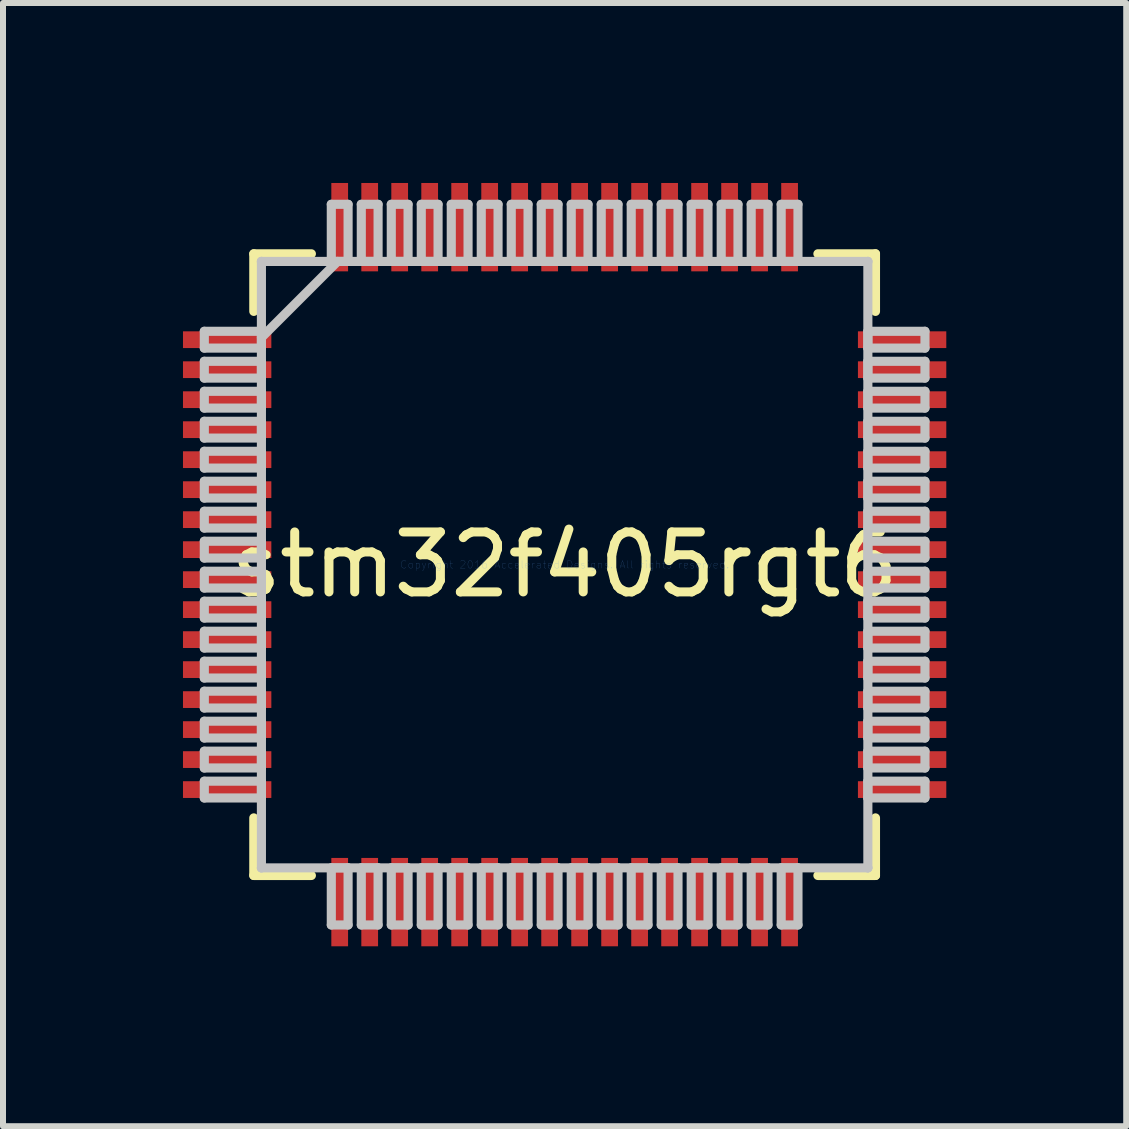
<source format=kicad_pcb>
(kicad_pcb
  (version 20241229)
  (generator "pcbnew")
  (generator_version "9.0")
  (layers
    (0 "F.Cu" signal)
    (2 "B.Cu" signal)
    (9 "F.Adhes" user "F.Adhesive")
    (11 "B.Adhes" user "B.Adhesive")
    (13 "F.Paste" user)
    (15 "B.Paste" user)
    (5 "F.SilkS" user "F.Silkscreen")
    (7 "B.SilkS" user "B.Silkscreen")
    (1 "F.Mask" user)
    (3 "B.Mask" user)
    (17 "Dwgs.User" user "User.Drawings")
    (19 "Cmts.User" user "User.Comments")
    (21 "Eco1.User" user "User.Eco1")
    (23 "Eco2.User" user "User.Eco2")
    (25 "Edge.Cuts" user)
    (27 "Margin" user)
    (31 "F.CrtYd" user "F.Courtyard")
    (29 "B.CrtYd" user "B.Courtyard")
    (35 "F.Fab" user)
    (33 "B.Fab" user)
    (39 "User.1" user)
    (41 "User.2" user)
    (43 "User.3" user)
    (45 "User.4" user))
  (footprint "stm32f405rgt6"
    (layer "F.Cu")
    (at 6.363 6.363)
    (property "Reference" "stm32f405rgt6" (at 0 0 0) (layer "F.SilkS") (effects (font (size 1 1) (thickness 0.15))))
    (attr through_hole)
    (fp_line (start -5.182 -5.182) (end -5.182 -4.222) (stroke (width 0.152) (type solid)) (layer "F.SilkS"))
    (fp_line (start -5.182 4.222) (end -5.182 5.182) (stroke (width 0.152) (type solid)) (layer "F.SilkS"))
    (fp_line (start -5.182 5.182) (end -4.222 5.182) (stroke (width 0.152) (type solid)) (layer "F.SilkS"))
    (fp_line (start -4.222 -5.182) (end -5.182 -5.182) (stroke (width 0.152) (type solid)) (layer "F.SilkS"))
    (fp_line (start 4.222 5.182) (end 5.182 5.182) (stroke (width 0.152) (type solid)) (layer "F.SilkS"))
    (fp_line (start 5.182 -5.182) (end 4.222 -5.182) (stroke (width 0.152) (type solid)) (layer "F.SilkS"))
    (fp_line (start 5.182 -4.222) (end 5.182 -5.182) (stroke (width 0.152) (type solid)) (layer "F.SilkS"))
    (fp_line (start 5.182 5.182) (end 5.182 4.222) (stroke (width 0.152) (type solid)) (layer "F.SilkS"))
    (fp_line (start -6.007 -3.89) (end -6.007 -3.61) (stroke (width 0.152) (type solid)) (layer "Dwgs.User"))
    (fp_line (start -6.007 -3.61) (end -5.055 -3.61) (stroke (width 0.152) (type solid)) (layer "Dwgs.User"))
    (fp_line (start -6.007 -3.39) (end -6.007 -3.11) (stroke (width 0.152) (type solid)) (layer "Dwgs.User"))
    (fp_line (start -6.007 -3.11) (end -5.055 -3.11) (stroke (width 0.152) (type solid)) (layer "Dwgs.User"))
    (fp_line (start -6.007 -2.89) (end -6.007 -2.61) (stroke (width 0.152) (type solid)) (layer "Dwgs.User"))
    (fp_line (start -6.007 -2.61) (end -5.055 -2.61) (stroke (width 0.152) (type solid)) (layer "Dwgs.User"))
    (fp_line (start -6.007 -2.39) (end -6.007 -2.11) (stroke (width 0.152) (type solid)) (layer "Dwgs.User"))
    (fp_line (start -6.007 -2.11) (end -5.055 -2.11) (stroke (width 0.152) (type solid)) (layer "Dwgs.User"))
    (fp_line (start -6.007 -1.89) (end -6.007 -1.61) (stroke (width 0.152) (type solid)) (layer "Dwgs.User"))
    (fp_line (start -6.007 -1.61) (end -5.055 -1.61) (stroke (width 0.152) (type solid)) (layer "Dwgs.User"))
    (fp_line (start -6.007 -1.39) (end -6.007 -1.11) (stroke (width 0.152) (type solid)) (layer "Dwgs.User"))
    (fp_line (start -6.007 -1.11) (end -5.055 -1.11) (stroke (width 0.152) (type solid)) (layer "Dwgs.User"))
    (fp_line (start -6.007 -0.89) (end -6.007 -0.61) (stroke (width 0.152) (type solid)) (layer "Dwgs.User"))
    (fp_line (start -6.007 -0.61) (end -5.055 -0.61) (stroke (width 0.152) (type solid)) (layer "Dwgs.User"))
    (fp_line (start -6.007 -0.39) (end -6.007 -0.11) (stroke (width 0.152) (type solid)) (layer "Dwgs.User"))
    (fp_line (start -6.007 -0.11) (end -5.055 -0.11) (stroke (width 0.152) (type solid)) (layer "Dwgs.User"))
    (fp_line (start -6.007 0.11) (end -6.007 0.39) (stroke (width 0.152) (type solid)) (layer "Dwgs.User"))
    (fp_line (start -6.007 0.39) (end -5.055 0.39) (stroke (width 0.152) (type solid)) (layer "Dwgs.User"))
    (fp_line (start -6.007 0.61) (end -6.007 0.89) (stroke (width 0.152) (type solid)) (layer "Dwgs.User"))
    (fp_line (start -6.007 0.89) (end -5.055 0.89) (stroke (width 0.152) (type solid)) (layer "Dwgs.User"))
    (fp_line (start -6.007 1.11) (end -6.007 1.39) (stroke (width 0.152) (type solid)) (layer "Dwgs.User"))
    (fp_line (start -6.007 1.39) (end -5.055 1.39) (stroke (width 0.152) (type solid)) (layer "Dwgs.User"))
    (fp_line (start -6.007 1.61) (end -6.007 1.89) (stroke (width 0.152) (type solid)) (layer "Dwgs.User"))
    (fp_line (start -6.007 1.89) (end -5.055 1.89) (stroke (width 0.152) (type solid)) (layer "Dwgs.User"))
    (fp_line (start -6.007 2.11) (end -6.007 2.39) (stroke (width 0.152) (type solid)) (layer "Dwgs.User"))
    (fp_line (start -6.007 2.39) (end -5.055 2.39) (stroke (width 0.152) (type solid)) (layer "Dwgs.User"))
    (fp_line (start -6.007 2.61) (end -6.007 2.89) (stroke (width 0.152) (type solid)) (layer "Dwgs.User"))
    (fp_line (start -6.007 2.89) (end -5.055 2.89) (stroke (width 0.152) (type solid)) (layer "Dwgs.User"))
    (fp_line (start -6.007 3.11) (end -6.007 3.39) (stroke (width 0.152) (type solid)) (layer "Dwgs.User"))
    (fp_line (start -6.007 3.39) (end -5.055 3.39) (stroke (width 0.152) (type solid)) (layer "Dwgs.User"))
    (fp_line (start -6.007 3.61) (end -6.007 3.89) (stroke (width 0.152) (type solid)) (layer "Dwgs.User"))
    (fp_line (start -6.007 3.89) (end -5.055 3.89) (stroke (width 0.152) (type solid)) (layer "Dwgs.User"))
    (fp_line (start -5.055 -5.055) (end -5.055 -5.055) (stroke (width 0.152) (type solid)) (layer "Dwgs.User"))
    (fp_line (start -5.055 -5.055) (end -5.055 5.055) (stroke (width 0.152) (type solid)) (layer "Dwgs.User"))
    (fp_line (start -5.055 -3.89) (end -6.007 -3.89) (stroke (width 0.152) (type solid)) (layer "Dwgs.User"))
    (fp_line (start -5.055 -3.785) (end -3.785 -5.055) (stroke (width 0.152) (type solid)) (layer "Dwgs.User"))
    (fp_line (start -5.055 -3.61) (end -5.055 -3.89) (stroke (width 0.152) (type solid)) (layer "Dwgs.User"))
    (fp_line (start -5.055 -3.39) (end -6.007 -3.39) (stroke (width 0.152) (type solid)) (layer "Dwgs.User"))
    (fp_line (start -5.055 -3.11) (end -5.055 -3.39) (stroke (width 0.152) (type solid)) (layer "Dwgs.User"))
    (fp_line (start -5.055 -2.89) (end -6.007 -2.89) (stroke (width 0.152) (type solid)) (layer "Dwgs.User"))
    (fp_line (start -5.055 -2.61) (end -5.055 -2.89) (stroke (width 0.152) (type solid)) (layer "Dwgs.User"))
    (fp_line (start -5.055 -2.39) (end -6.007 -2.39) (stroke (width 0.152) (type solid)) (layer "Dwgs.User"))
    (fp_line (start -5.055 -2.11) (end -5.055 -2.39) (stroke (width 0.152) (type solid)) (layer "Dwgs.User"))
    (fp_line (start -5.055 -1.89) (end -6.007 -1.89) (stroke (width 0.152) (type solid)) (layer "Dwgs.User"))
    (fp_line (start -5.055 -1.61) (end -5.055 -1.89) (stroke (width 0.152) (type solid)) (layer "Dwgs.User"))
    (fp_line (start -5.055 -1.39) (end -6.007 -1.39) (stroke (width 0.152) (type solid)) (layer "Dwgs.User"))
    (fp_line (start -5.055 -1.11) (end -5.055 -1.39) (stroke (width 0.152) (type solid)) (layer "Dwgs.User"))
    (fp_line (start -5.055 -0.89) (end -6.007 -0.89) (stroke (width 0.152) (type solid)) (layer "Dwgs.User"))
    (fp_line (start -5.055 -0.61) (end -5.055 -0.89) (stroke (width 0.152) (type solid)) (layer "Dwgs.User"))
    (fp_line (start -5.055 -0.39) (end -6.007 -0.39) (stroke (width 0.152) (type solid)) (layer "Dwgs.User"))
    (fp_line (start -5.055 -0.11) (end -5.055 -0.39) (stroke (width 0.152) (type solid)) (layer "Dwgs.User"))
    (fp_line (start -5.055 0.11) (end -6.007 0.11) (stroke (width 0.152) (type solid)) (layer "Dwgs.User"))
    (fp_line (start -5.055 0.39) (end -5.055 0.11) (stroke (width 0.152) (type solid)) (layer "Dwgs.User"))
    (fp_line (start -5.055 0.61) (end -6.007 0.61) (stroke (width 0.152) (type solid)) (layer "Dwgs.User"))
    (fp_line (start -5.055 0.89) (end -5.055 0.61) (stroke (width 0.152) (type solid)) (layer "Dwgs.User"))
    (fp_line (start -5.055 1.11) (end -6.007 1.11) (stroke (width 0.152) (type solid)) (layer "Dwgs.User"))
    (fp_line (start -5.055 1.39) (end -5.055 1.11) (stroke (width 0.152) (type solid)) (layer "Dwgs.User"))
    (fp_line (start -5.055 1.61) (end -6.007 1.61) (stroke (width 0.152) (type solid)) (layer "Dwgs.User"))
    (fp_line (start -5.055 1.89) (end -5.055 1.61) (stroke (width 0.152) (type solid)) (layer "Dwgs.User"))
    (fp_line (start -5.055 2.11) (end -6.007 2.11) (stroke (width 0.152) (type solid)) (layer "Dwgs.User"))
    (fp_line (start -5.055 2.39) (end -5.055 2.11) (stroke (width 0.152) (type solid)) (layer "Dwgs.User"))
    (fp_line (start -5.055 2.61) (end -6.007 2.61) (stroke (width 0.152) (type solid)) (layer "Dwgs.User"))
    (fp_line (start -5.055 2.89) (end -5.055 2.61) (stroke (width 0.152) (type solid)) (layer "Dwgs.User"))
    (fp_line (start -5.055 3.11) (end -6.007 3.11) (stroke (width 0.152) (type solid)) (layer "Dwgs.User"))
    (fp_line (start -5.055 3.39) (end -5.055 3.11) (stroke (width 0.152) (type solid)) (layer "Dwgs.User"))
    (fp_line (start -5.055 3.61) (end -6.007 3.61) (stroke (width 0.152) (type solid)) (layer "Dwgs.User"))
    (fp_line (start -5.055 3.89) (end -5.055 3.61) (stroke (width 0.152) (type solid)) (layer "Dwgs.User"))
    (fp_line (start -5.055 5.055) (end -5.055 5.055) (stroke (width 0.152) (type solid)) (layer "Dwgs.User"))
    (fp_line (start -5.055 5.055) (end 5.055 5.055) (stroke (width 0.152) (type solid)) (layer "Dwgs.User"))
    (fp_line (start -3.89 -6.007) (end -3.89 -5.055) (stroke (width 0.152) (type solid)) (layer "Dwgs.User"))
    (fp_line (start -3.89 -5.055) (end -3.61 -5.055) (stroke (width 0.152) (type solid)) (layer "Dwgs.User"))
    (fp_line (start -3.89 5.055) (end -3.89 6.007) (stroke (width 0.152) (type solid)) (layer "Dwgs.User"))
    (fp_line (start -3.89 6.007) (end -3.61 6.007) (stroke (width 0.152) (type solid)) (layer "Dwgs.User"))
    (fp_line (start -3.61 -6.007) (end -3.89 -6.007) (stroke (width 0.152) (type solid)) (layer "Dwgs.User"))
    (fp_line (start -3.61 -5.055) (end -3.61 -6.007) (stroke (width 0.152) (type solid)) (layer "Dwgs.User"))
    (fp_line (start -3.61 5.055) (end -3.89 5.055) (stroke (width 0.152) (type solid)) (layer "Dwgs.User"))
    (fp_line (start -3.61 6.007) (end -3.61 5.055) (stroke (width 0.152) (type solid)) (layer "Dwgs.User"))
    (fp_line (start -3.39 -6.007) (end -3.39 -5.055) (stroke (width 0.152) (type solid)) (layer "Dwgs.User"))
    (fp_line (start -3.39 -5.055) (end -3.11 -5.055) (stroke (width 0.152) (type solid)) (layer "Dwgs.User"))
    (fp_line (start -3.39 5.055) (end -3.39 6.007) (stroke (width 0.152) (type solid)) (layer "Dwgs.User"))
    (fp_line (start -3.39 6.007) (end -3.11 6.007) (stroke (width 0.152) (type solid)) (layer "Dwgs.User"))
    (fp_line (start -3.11 -6.007) (end -3.39 -6.007) (stroke (width 0.152) (type solid)) (layer "Dwgs.User"))
    (fp_line (start -3.11 -5.055) (end -3.11 -6.007) (stroke (width 0.152) (type solid)) (layer "Dwgs.User"))
    (fp_line (start -3.11 5.055) (end -3.39 5.055) (stroke (width 0.152) (type solid)) (layer "Dwgs.User"))
    (fp_line (start -3.11 6.007) (end -3.11 5.055) (stroke (width 0.152) (type solid)) (layer "Dwgs.User"))
    (fp_line (start -2.89 -6.007) (end -2.89 -5.055) (stroke (width 0.152) (type solid)) (layer "Dwgs.User"))
    (fp_line (start -2.89 -5.055) (end -2.61 -5.055) (stroke (width 0.152) (type solid)) (layer "Dwgs.User"))
    (fp_line (start -2.89 5.055) (end -2.89 6.007) (stroke (width 0.152) (type solid)) (layer "Dwgs.User"))
    (fp_line (start -2.89 6.007) (end -2.61 6.007) (stroke (width 0.152) (type solid)) (layer "Dwgs.User"))
    (fp_line (start -2.61 -6.007) (end -2.89 -6.007) (stroke (width 0.152) (type solid)) (layer "Dwgs.User"))
    (fp_line (start -2.61 -5.055) (end -2.61 -6.007) (stroke (width 0.152) (type solid)) (layer "Dwgs.User"))
    (fp_line (start -2.61 5.055) (end -2.89 5.055) (stroke (width 0.152) (type solid)) (layer "Dwgs.User"))
    (fp_line (start -2.61 6.007) (end -2.61 5.055) (stroke (width 0.152) (type solid)) (layer "Dwgs.User"))
    (fp_line (start -2.39 -6.007) (end -2.39 -5.055) (stroke (width 0.152) (type solid)) (layer "Dwgs.User"))
    (fp_line (start -2.39 -5.055) (end -2.11 -5.055) (stroke (width 0.152) (type solid)) (layer "Dwgs.User"))
    (fp_line (start -2.39 5.055) (end -2.39 6.007) (stroke (width 0.152) (type solid)) (layer "Dwgs.User"))
    (fp_line (start -2.39 6.007) (end -2.11 6.007) (stroke (width 0.152) (type solid)) (layer "Dwgs.User"))
    (fp_line (start -2.11 -6.007) (end -2.39 -6.007) (stroke (width 0.152) (type solid)) (layer "Dwgs.User"))
    (fp_line (start -2.11 -5.055) (end -2.11 -6.007) (stroke (width 0.152) (type solid)) (layer "Dwgs.User"))
    (fp_line (start -2.11 5.055) (end -2.39 5.055) (stroke (width 0.152) (type solid)) (layer "Dwgs.User"))
    (fp_line (start -2.11 6.007) (end -2.11 5.055) (stroke (width 0.152) (type solid)) (layer "Dwgs.User"))
    (fp_line (start -1.89 -6.007) (end -1.89 -5.055) (stroke (width 0.152) (type solid)) (layer "Dwgs.User"))
    (fp_line (start -1.89 -5.055) (end -1.61 -5.055) (stroke (width 0.152) (type solid)) (layer "Dwgs.User"))
    (fp_line (start -1.89 5.055) (end -1.89 6.007) (stroke (width 0.152) (type solid)) (layer "Dwgs.User"))
    (fp_line (start -1.89 6.007) (end -1.61 6.007) (stroke (width 0.152) (type solid)) (layer "Dwgs.User"))
    (fp_line (start -1.61 -6.007) (end -1.89 -6.007) (stroke (width 0.152) (type solid)) (layer "Dwgs.User"))
    (fp_line (start -1.61 -5.055) (end -1.61 -6.007) (stroke (width 0.152) (type solid)) (layer "Dwgs.User"))
    (fp_line (start -1.61 5.055) (end -1.89 5.055) (stroke (width 0.152) (type solid)) (layer "Dwgs.User"))
    (fp_line (start -1.61 6.007) (end -1.61 5.055) (stroke (width 0.152) (type solid)) (layer "Dwgs.User"))
    (fp_line (start -1.39 -6.007) (end -1.39 -5.055) (stroke (width 0.152) (type solid)) (layer "Dwgs.User"))
    (fp_line (start -1.39 -5.055) (end -1.11 -5.055) (stroke (width 0.152) (type solid)) (layer "Dwgs.User"))
    (fp_line (start -1.39 5.055) (end -1.39 6.007) (stroke (width 0.152) (type solid)) (layer "Dwgs.User"))
    (fp_line (start -1.39 6.007) (end -1.11 6.007) (stroke (width 0.152) (type solid)) (layer "Dwgs.User"))
    (fp_line (start -1.11 -6.007) (end -1.39 -6.007) (stroke (width 0.152) (type solid)) (layer "Dwgs.User"))
    (fp_line (start -1.11 -5.055) (end -1.11 -6.007) (stroke (width 0.152) (type solid)) (layer "Dwgs.User"))
    (fp_line (start -1.11 5.055) (end -1.39 5.055) (stroke (width 0.152) (type solid)) (layer "Dwgs.User"))
    (fp_line (start -1.11 6.007) (end -1.11 5.055) (stroke (width 0.152) (type solid)) (layer "Dwgs.User"))
    (fp_line (start -0.89 -6.007) (end -0.89 -5.055) (stroke (width 0.152) (type solid)) (layer "Dwgs.User"))
    (fp_line (start -0.89 -5.055) (end -0.61 -5.055) (stroke (width 0.152) (type solid)) (layer "Dwgs.User"))
    (fp_line (start -0.89 5.055) (end -0.89 6.007) (stroke (width 0.152) (type solid)) (layer "Dwgs.User"))
    (fp_line (start -0.89 6.007) (end -0.61 6.007) (stroke (width 0.152) (type solid)) (layer "Dwgs.User"))
    (fp_line (start -0.61 -6.007) (end -0.89 -6.007) (stroke (width 0.152) (type solid)) (layer "Dwgs.User"))
    (fp_line (start -0.61 -5.055) (end -0.61 -6.007) (stroke (width 0.152) (type solid)) (layer "Dwgs.User"))
    (fp_line (start -0.61 5.055) (end -0.89 5.055) (stroke (width 0.152) (type solid)) (layer "Dwgs.User"))
    (fp_line (start -0.61 6.007) (end -0.61 5.055) (stroke (width 0.152) (type solid)) (layer "Dwgs.User"))
    (fp_line (start -0.39 -6.007) (end -0.39 -5.055) (stroke (width 0.152) (type solid)) (layer "Dwgs.User"))
    (fp_line (start -0.39 -5.055) (end -0.11 -5.055) (stroke (width 0.152) (type solid)) (layer "Dwgs.User"))
    (fp_line (start -0.39 5.055) (end -0.39 6.007) (stroke (width 0.152) (type solid)) (layer "Dwgs.User"))
    (fp_line (start -0.39 6.007) (end -0.11 6.007) (stroke (width 0.152) (type solid)) (layer "Dwgs.User"))
    (fp_line (start -0.11 -6.007) (end -0.39 -6.007) (stroke (width 0.152) (type solid)) (layer "Dwgs.User"))
    (fp_line (start -0.11 -5.055) (end -0.11 -6.007) (stroke (width 0.152) (type solid)) (layer "Dwgs.User"))
    (fp_line (start -0.11 5.055) (end -0.39 5.055) (stroke (width 0.152) (type solid)) (layer "Dwgs.User"))
    (fp_line (start -0.11 6.007) (end -0.11 5.055) (stroke (width 0.152) (type solid)) (layer "Dwgs.User"))
    (fp_line (start 0.11 -6.007) (end 0.11 -5.055) (stroke (width 0.152) (type solid)) (layer "Dwgs.User"))
    (fp_line (start 0.11 -5.055) (end 0.39 -5.055) (stroke (width 0.152) (type solid)) (layer "Dwgs.User"))
    (fp_line (start 0.11 5.055) (end 0.11 6.007) (stroke (width 0.152) (type solid)) (layer "Dwgs.User"))
    (fp_line (start 0.11 6.007) (end 0.39 6.007) (stroke (width 0.152) (type solid)) (layer "Dwgs.User"))
    (fp_line (start 0.39 -6.007) (end 0.11 -6.007) (stroke (width 0.152) (type solid)) (layer "Dwgs.User"))
    (fp_line (start 0.39 -5.055) (end 0.39 -6.007) (stroke (width 0.152) (type solid)) (layer "Dwgs.User"))
    (fp_line (start 0.39 5.055) (end 0.11 5.055) (stroke (width 0.152) (type solid)) (layer "Dwgs.User"))
    (fp_line (start 0.39 6.007) (end 0.39 5.055) (stroke (width 0.152) (type solid)) (layer "Dwgs.User"))
    (fp_line (start 0.61 -6.007) (end 0.61 -5.055) (stroke (width 0.152) (type solid)) (layer "Dwgs.User"))
    (fp_line (start 0.61 -5.055) (end 0.89 -5.055) (stroke (width 0.152) (type solid)) (layer "Dwgs.User"))
    (fp_line (start 0.61 5.055) (end 0.61 6.007) (stroke (width 0.152) (type solid)) (layer "Dwgs.User"))
    (fp_line (start 0.61 6.007) (end 0.89 6.007) (stroke (width 0.152) (type solid)) (layer "Dwgs.User"))
    (fp_line (start 0.89 -6.007) (end 0.61 -6.007) (stroke (width 0.152) (type solid)) (layer "Dwgs.User"))
    (fp_line (start 0.89 -5.055) (end 0.89 -6.007) (stroke (width 0.152) (type solid)) (layer "Dwgs.User"))
    (fp_line (start 0.89 5.055) (end 0.61 5.055) (stroke (width 0.152) (type solid)) (layer "Dwgs.User"))
    (fp_line (start 0.89 6.007) (end 0.89 5.055) (stroke (width 0.152) (type solid)) (layer "Dwgs.User"))
    (fp_line (start 1.11 -6.007) (end 1.11 -5.055) (stroke (width 0.152) (type solid)) (layer "Dwgs.User"))
    (fp_line (start 1.11 -5.055) (end 1.39 -5.055) (stroke (width 0.152) (type solid)) (layer "Dwgs.User"))
    (fp_line (start 1.11 5.055) (end 1.11 6.007) (stroke (width 0.152) (type solid)) (layer "Dwgs.User"))
    (fp_line (start 1.11 6.007) (end 1.39 6.007) (stroke (width 0.152) (type solid)) (layer "Dwgs.User"))
    (fp_line (start 1.39 -6.007) (end 1.11 -6.007) (stroke (width 0.152) (type solid)) (layer "Dwgs.User"))
    (fp_line (start 1.39 -5.055) (end 1.39 -6.007) (stroke (width 0.152) (type solid)) (layer "Dwgs.User"))
    (fp_line (start 1.39 5.055) (end 1.11 5.055) (stroke (width 0.152) (type solid)) (layer "Dwgs.User"))
    (fp_line (start 1.39 6.007) (end 1.39 5.055) (stroke (width 0.152) (type solid)) (layer "Dwgs.User"))
    (fp_line (start 1.61 -6.007) (end 1.61 -5.055) (stroke (width 0.152) (type solid)) (layer "Dwgs.User"))
    (fp_line (start 1.61 -5.055) (end 1.89 -5.055) (stroke (width 0.152) (type solid)) (layer "Dwgs.User"))
    (fp_line (start 1.61 5.055) (end 1.61 6.007) (stroke (width 0.152) (type solid)) (layer "Dwgs.User"))
    (fp_line (start 1.61 6.007) (end 1.89 6.007) (stroke (width 0.152) (type solid)) (layer "Dwgs.User"))
    (fp_line (start 1.89 -6.007) (end 1.61 -6.007) (stroke (width 0.152) (type solid)) (layer "Dwgs.User"))
    (fp_line (start 1.89 -5.055) (end 1.89 -6.007) (stroke (width 0.152) (type solid)) (layer "Dwgs.User"))
    (fp_line (start 1.89 5.055) (end 1.61 5.055) (stroke (width 0.152) (type solid)) (layer "Dwgs.User"))
    (fp_line (start 1.89 6.007) (end 1.89 5.055) (stroke (width 0.152) (type solid)) (layer "Dwgs.User"))
    (fp_line (start 2.11 -6.007) (end 2.11 -5.055) (stroke (width 0.152) (type solid)) (layer "Dwgs.User"))
    (fp_line (start 2.11 -5.055) (end 2.39 -5.055) (stroke (width 0.152) (type solid)) (layer "Dwgs.User"))
    (fp_line (start 2.11 5.055) (end 2.11 6.007) (stroke (width 0.152) (type solid)) (layer "Dwgs.User"))
    (fp_line (start 2.11 6.007) (end 2.39 6.007) (stroke (width 0.152) (type solid)) (layer "Dwgs.User"))
    (fp_line (start 2.39 -6.007) (end 2.11 -6.007) (stroke (width 0.152) (type solid)) (layer "Dwgs.User"))
    (fp_line (start 2.39 -5.055) (end 2.39 -6.007) (stroke (width 0.152) (type solid)) (layer "Dwgs.User"))
    (fp_line (start 2.39 5.055) (end 2.11 5.055) (stroke (width 0.152) (type solid)) (layer "Dwgs.User"))
    (fp_line (start 2.39 6.007) (end 2.39 5.055) (stroke (width 0.152) (type solid)) (layer "Dwgs.User"))
    (fp_line (start 2.61 -6.007) (end 2.61 -5.055) (stroke (width 0.152) (type solid)) (layer "Dwgs.User"))
    (fp_line (start 2.61 -5.055) (end 2.89 -5.055) (stroke (width 0.152) (type solid)) (layer "Dwgs.User"))
    (fp_line (start 2.61 5.055) (end 2.61 6.007) (stroke (width 0.152) (type solid)) (layer "Dwgs.User"))
    (fp_line (start 2.61 6.007) (end 2.89 6.007) (stroke (width 0.152) (type solid)) (layer "Dwgs.User"))
    (fp_line (start 2.89 -6.007) (end 2.61 -6.007) (stroke (width 0.152) (type solid)) (layer "Dwgs.User"))
    (fp_line (start 2.89 -5.055) (end 2.89 -6.007) (stroke (width 0.152) (type solid)) (layer "Dwgs.User"))
    (fp_line (start 2.89 5.055) (end 2.61 5.055) (stroke (width 0.152) (type solid)) (layer "Dwgs.User"))
    (fp_line (start 2.89 6.007) (end 2.89 5.055) (stroke (width 0.152) (type solid)) (layer "Dwgs.User"))
    (fp_line (start 3.11 -6.007) (end 3.11 -5.055) (stroke (width 0.152) (type solid)) (layer "Dwgs.User"))
    (fp_line (start 3.11 -5.055) (end 3.39 -5.055) (stroke (width 0.152) (type solid)) (layer "Dwgs.User"))
    (fp_line (start 3.11 5.055) (end 3.11 6.007) (stroke (width 0.152) (type solid)) (layer "Dwgs.User"))
    (fp_line (start 3.11 6.007) (end 3.39 6.007) (stroke (width 0.152) (type solid)) (layer "Dwgs.User"))
    (fp_line (start 3.39 -6.007) (end 3.11 -6.007) (stroke (width 0.152) (type solid)) (layer "Dwgs.User"))
    (fp_line (start 3.39 -5.055) (end 3.39 -6.007) (stroke (width 0.152) (type solid)) (layer "Dwgs.User"))
    (fp_line (start 3.39 5.055) (end 3.11 5.055) (stroke (width 0.152) (type solid)) (layer "Dwgs.User"))
    (fp_line (start 3.39 6.007) (end 3.39 5.055) (stroke (width 0.152) (type solid)) (layer "Dwgs.User"))
    (fp_line (start 3.61 -6.007) (end 3.61 -5.055) (stroke (width 0.152) (type solid)) (layer "Dwgs.User"))
    (fp_line (start 3.61 -5.055) (end 3.89 -5.055) (stroke (width 0.152) (type solid)) (layer "Dwgs.User"))
    (fp_line (start 3.61 5.055) (end 3.61 6.007) (stroke (width 0.152) (type solid)) (layer "Dwgs.User"))
    (fp_line (start 3.61 6.007) (end 3.89 6.007) (stroke (width 0.152) (type solid)) (layer "Dwgs.User"))
    (fp_line (start 3.89 -6.007) (end 3.61 -6.007) (stroke (width 0.152) (type solid)) (layer "Dwgs.User"))
    (fp_line (start 3.89 -5.055) (end 3.89 -6.007) (stroke (width 0.152) (type solid)) (layer "Dwgs.User"))
    (fp_line (start 3.89 5.055) (end 3.61 5.055) (stroke (width 0.152) (type solid)) (layer "Dwgs.User"))
    (fp_line (start 3.89 6.007) (end 3.89 5.055) (stroke (width 0.152) (type solid)) (layer "Dwgs.User"))
    (fp_line (start 5.055 -5.055) (end -5.055 -5.055) (stroke (width 0.152) (type solid)) (layer "Dwgs.User"))
    (fp_line (start 5.055 -5.055) (end 5.055 -5.055) (stroke (width 0.152) (type solid)) (layer "Dwgs.User"))
    (fp_line (start 5.055 -3.89) (end 5.055 -3.61) (stroke (width 0.152) (type solid)) (layer "Dwgs.User"))
    (fp_line (start 5.055 -3.61) (end 6.007 -3.61) (stroke (width 0.152) (type solid)) (layer "Dwgs.User"))
    (fp_line (start 5.055 -3.39) (end 5.055 -3.11) (stroke (width 0.152) (type solid)) (layer "Dwgs.User"))
    (fp_line (start 5.055 -3.11) (end 6.007 -3.11) (stroke (width 0.152) (type solid)) (layer "Dwgs.User"))
    (fp_line (start 5.055 -2.89) (end 5.055 -2.61) (stroke (width 0.152) (type solid)) (layer "Dwgs.User"))
    (fp_line (start 5.055 -2.61) (end 6.007 -2.61) (stroke (width 0.152) (type solid)) (layer "Dwgs.User"))
    (fp_line (start 5.055 -2.39) (end 5.055 -2.11) (stroke (width 0.152) (type solid)) (layer "Dwgs.User"))
    (fp_line (start 5.055 -2.11) (end 6.007 -2.11) (stroke (width 0.152) (type solid)) (layer "Dwgs.User"))
    (fp_line (start 5.055 -1.89) (end 5.055 -1.61) (stroke (width 0.152) (type solid)) (layer "Dwgs.User"))
    (fp_line (start 5.055 -1.61) (end 6.007 -1.61) (stroke (width 0.152) (type solid)) (layer "Dwgs.User"))
    (fp_line (start 5.055 -1.39) (end 5.055 -1.11) (stroke (width 0.152) (type solid)) (layer "Dwgs.User"))
    (fp_line (start 5.055 -1.11) (end 6.007 -1.11) (stroke (width 0.152) (type solid)) (layer "Dwgs.User"))
    (fp_line (start 5.055 -0.89) (end 5.055 -0.61) (stroke (width 0.152) (type solid)) (layer "Dwgs.User"))
    (fp_line (start 5.055 -0.61) (end 6.007 -0.61) (stroke (width 0.152) (type solid)) (layer "Dwgs.User"))
    (fp_line (start 5.055 -0.39) (end 5.055 -0.11) (stroke (width 0.152) (type solid)) (layer "Dwgs.User"))
    (fp_line (start 5.055 -0.11) (end 6.007 -0.11) (stroke (width 0.152) (type solid)) (layer "Dwgs.User"))
    (fp_line (start 5.055 0.11) (end 5.055 0.39) (stroke (width 0.152) (type solid)) (layer "Dwgs.User"))
    (fp_line (start 5.055 0.39) (end 6.007 0.39) (stroke (width 0.152) (type solid)) (layer "Dwgs.User"))
    (fp_line (start 5.055 0.61) (end 5.055 0.89) (stroke (width 0.152) (type solid)) (layer "Dwgs.User"))
    (fp_line (start 5.055 0.89) (end 6.007 0.89) (stroke (width 0.152) (type solid)) (layer "Dwgs.User"))
    (fp_line (start 5.055 1.11) (end 5.055 1.39) (stroke (width 0.152) (type solid)) (layer "Dwgs.User"))
    (fp_line (start 5.055 1.39) (end 6.007 1.39) (stroke (width 0.152) (type solid)) (layer "Dwgs.User"))
    (fp_line (start 5.055 1.61) (end 5.055 1.89) (stroke (width 0.152) (type solid)) (layer "Dwgs.User"))
    (fp_line (start 5.055 1.89) (end 6.007 1.89) (stroke (width 0.152) (type solid)) (layer "Dwgs.User"))
    (fp_line (start 5.055 2.11) (end 5.055 2.39) (stroke (width 0.152) (type solid)) (layer "Dwgs.User"))
    (fp_line (start 5.055 2.39) (end 6.007 2.39) (stroke (width 0.152) (type solid)) (layer "Dwgs.User"))
    (fp_line (start 5.055 2.61) (end 5.055 2.89) (stroke (width 0.152) (type solid)) (layer "Dwgs.User"))
    (fp_line (start 5.055 2.89) (end 6.007 2.89) (stroke (width 0.152) (type solid)) (layer "Dwgs.User"))
    (fp_line (start 5.055 3.11) (end 5.055 3.39) (stroke (width 0.152) (type solid)) (layer "Dwgs.User"))
    (fp_line (start 5.055 3.39) (end 6.007 3.39) (stroke (width 0.152) (type solid)) (layer "Dwgs.User"))
    (fp_line (start 5.055 3.61) (end 5.055 3.89) (stroke (width 0.152) (type solid)) (layer "Dwgs.User"))
    (fp_line (start 5.055 3.89) (end 6.007 3.89) (stroke (width 0.152) (type solid)) (layer "Dwgs.User"))
    (fp_line (start 5.055 5.055) (end 5.055 -5.055) (stroke (width 0.152) (type solid)) (layer "Dwgs.User"))
    (fp_line (start 5.055 5.055) (end 5.055 5.055) (stroke (width 0.152) (type solid)) (layer "Dwgs.User"))
    (fp_line (start 6.007 -3.89) (end 5.055 -3.89) (stroke (width 0.152) (type solid)) (layer "Dwgs.User"))
    (fp_line (start 6.007 -3.61) (end 6.007 -3.89) (stroke (width 0.152) (type solid)) (layer "Dwgs.User"))
    (fp_line (start 6.007 -3.39) (end 5.055 -3.39) (stroke (width 0.152) (type solid)) (layer "Dwgs.User"))
    (fp_line (start 6.007 -3.11) (end 6.007 -3.39) (stroke (width 0.152) (type solid)) (layer "Dwgs.User"))
    (fp_line (start 6.007 -2.89) (end 5.055 -2.89) (stroke (width 0.152) (type solid)) (layer "Dwgs.User"))
    (fp_line (start 6.007 -2.61) (end 6.007 -2.89) (stroke (width 0.152) (type solid)) (layer "Dwgs.User"))
    (fp_line (start 6.007 -2.39) (end 5.055 -2.39) (stroke (width 0.152) (type solid)) (layer "Dwgs.User"))
    (fp_line (start 6.007 -2.11) (end 6.007 -2.39) (stroke (width 0.152) (type solid)) (layer "Dwgs.User"))
    (fp_line (start 6.007 -1.89) (end 5.055 -1.89) (stroke (width 0.152) (type solid)) (layer "Dwgs.User"))
    (fp_line (start 6.007 -1.61) (end 6.007 -1.89) (stroke (width 0.152) (type solid)) (layer "Dwgs.User"))
    (fp_line (start 6.007 -1.39) (end 5.055 -1.39) (stroke (width 0.152) (type solid)) (layer "Dwgs.User"))
    (fp_line (start 6.007 -1.11) (end 6.007 -1.39) (stroke (width 0.152) (type solid)) (layer "Dwgs.User"))
    (fp_line (start 6.007 -0.89) (end 5.055 -0.89) (stroke (width 0.152) (type solid)) (layer "Dwgs.User"))
    (fp_line (start 6.007 -0.61) (end 6.007 -0.89) (stroke (width 0.152) (type solid)) (layer "Dwgs.User"))
    (fp_line (start 6.007 -0.39) (end 5.055 -0.39) (stroke (width 0.152) (type solid)) (layer "Dwgs.User"))
    (fp_line (start 6.007 -0.11) (end 6.007 -0.39) (stroke (width 0.152) (type solid)) (layer "Dwgs.User"))
    (fp_line (start 6.007 0.11) (end 5.055 0.11) (stroke (width 0.152) (type solid)) (layer "Dwgs.User"))
    (fp_line (start 6.007 0.39) (end 6.007 0.11) (stroke (width 0.152) (type solid)) (layer "Dwgs.User"))
    (fp_line (start 6.007 0.61) (end 5.055 0.61) (stroke (width 0.152) (type solid)) (layer "Dwgs.User"))
    (fp_line (start 6.007 0.89) (end 6.007 0.61) (stroke (width 0.152) (type solid)) (layer "Dwgs.User"))
    (fp_line (start 6.007 1.11) (end 5.055 1.11) (stroke (width 0.152) (type solid)) (layer "Dwgs.User"))
    (fp_line (start 6.007 1.39) (end 6.007 1.11) (stroke (width 0.152) (type solid)) (layer "Dwgs.User"))
    (fp_line (start 6.007 1.61) (end 5.055 1.61) (stroke (width 0.152) (type solid)) (layer "Dwgs.User"))
    (fp_line (start 6.007 1.89) (end 6.007 1.61) (stroke (width 0.152) (type solid)) (layer "Dwgs.User"))
    (fp_line (start 6.007 2.11) (end 5.055 2.11) (stroke (width 0.152) (type solid)) (layer "Dwgs.User"))
    (fp_line (start 6.007 2.39) (end 6.007 2.11) (stroke (width 0.152) (type solid)) (layer "Dwgs.User"))
    (fp_line (start 6.007 2.61) (end 5.055 2.61) (stroke (width 0.152) (type solid)) (layer "Dwgs.User"))
    (fp_line (start 6.007 2.89) (end 6.007 2.61) (stroke (width 0.152) (type solid)) (layer "Dwgs.User"))
    (fp_line (start 6.007 3.11) (end 5.055 3.11) (stroke (width 0.152) (type solid)) (layer "Dwgs.User"))
    (fp_line (start 6.007 3.39) (end 6.007 3.11) (stroke (width 0.152) (type solid)) (layer "Dwgs.User"))
    (fp_line (start 6.007 3.61) (end 5.055 3.61) (stroke (width 0.152) (type solid)) (layer "Dwgs.User"))
    (fp_line (start 6.007 3.89) (end 6.007 3.61) (stroke (width 0.152) (type solid)) (layer "Dwgs.User"))
    (fp_text user "Copyright 2016 Accelerated Designs. All rights reserved." (at 0 0 0) (layer "Cmts.User") (effects (font (size 0.127 0.127) (thickness 0.002))))
    (pad "1" smd rect (at -5.626 -3.75 90) (size 0.279 1.473) (layers "F.Cu" "F.Mask" "F.Paste"))
    (pad "2" smd rect (at -5.626 -3.25 90) (size 0.279 1.473) (layers "F.Cu" "F.Mask" "F.Paste"))
    (pad "3" smd rect (at -5.626 -2.75 90) (size 0.279 1.473) (layers "F.Cu" "F.Mask" "F.Paste"))
    (pad "4" smd rect (at -5.626 -2.25 90) (size 0.279 1.473) (layers "F.Cu" "F.Mask" "F.Paste"))
    (pad "5" smd rect (at -5.626 -1.75 90) (size 0.279 1.473) (layers "F.Cu" "F.Mask" "F.Paste"))
    (pad "6" smd rect (at -5.626 -1.25 90) (size 0.279 1.473) (layers "F.Cu" "F.Mask" "F.Paste"))
    (pad "7" smd rect (at -5.626 -0.75 90) (size 0.279 1.473) (layers "F.Cu" "F.Mask" "F.Paste"))
    (pad "8" smd rect (at -5.626 -0.25 90) (size 0.279 1.473) (layers "F.Cu" "F.Mask" "F.Paste"))
    (pad "9" smd rect (at -5.626 0.25 90) (size 0.279 1.473) (layers "F.Cu" "F.Mask" "F.Paste"))
    (pad "10" smd rect (at -5.626 0.75 90) (size 0.279 1.473) (layers "F.Cu" "F.Mask" "F.Paste"))
    (pad "11" smd rect (at -5.626 1.25 90) (size 0.279 1.473) (layers "F.Cu" "F.Mask" "F.Paste"))
    (pad "12" smd rect (at -5.626 1.75 90) (size 0.279 1.473) (layers "F.Cu" "F.Mask" "F.Paste"))
    (pad "13" smd rect (at -5.626 2.25 90) (size 0.279 1.473) (layers "F.Cu" "F.Mask" "F.Paste"))
    (pad "14" smd rect (at -5.626 2.75 90) (size 0.279 1.473) (layers "F.Cu" "F.Mask" "F.Paste"))
    (pad "15" smd rect (at -5.626 3.25 90) (size 0.279 1.473) (layers "F.Cu" "F.Mask" "F.Paste"))
    (pad "16" smd rect (at -5.626 3.75 90) (size 0.279 1.473) (layers "F.Cu" "F.Mask" "F.Paste"))
    (pad "17" smd rect (at -3.75 5.626) (size 0.279 1.473) (layers "F.Cu" "F.Mask" "F.Paste"))
    (pad "18" smd rect (at -3.25 5.626) (size 0.279 1.473) (layers "F.Cu" "F.Mask" "F.Paste"))
    (pad "19" smd rect (at -2.75 5.626) (size 0.279 1.473) (layers "F.Cu" "F.Mask" "F.Paste"))
    (pad "20" smd rect (at -2.25 5.626) (size 0.279 1.473) (layers "F.Cu" "F.Mask" "F.Paste"))
    (pad "21" smd rect (at -1.75 5.626) (size 0.279 1.473) (layers "F.Cu" "F.Mask" "F.Paste"))
    (pad "22" smd rect (at -1.25 5.626) (size 0.279 1.473) (layers "F.Cu" "F.Mask" "F.Paste"))
    (pad "23" smd rect (at -0.75 5.626) (size 0.279 1.473) (layers "F.Cu" "F.Mask" "F.Paste"))
    (pad "24" smd rect (at -0.25 5.626) (size 0.279 1.473) (layers "F.Cu" "F.Mask" "F.Paste"))
    (pad "25" smd rect (at 0.25 5.626) (size 0.279 1.473) (layers "F.Cu" "F.Mask" "F.Paste"))
    (pad "26" smd rect (at 0.75 5.626) (size 0.279 1.473) (layers "F.Cu" "F.Mask" "F.Paste"))
    (pad "27" smd rect (at 1.25 5.626) (size 0.279 1.473) (layers "F.Cu" "F.Mask" "F.Paste"))
    (pad "28" smd rect (at 1.75 5.626) (size 0.279 1.473) (layers "F.Cu" "F.Mask" "F.Paste"))
    (pad "29" smd rect (at 2.25 5.626) (size 0.279 1.473) (layers "F.Cu" "F.Mask" "F.Paste"))
    (pad "30" smd rect (at 2.75 5.626) (size 0.279 1.473) (layers "F.Cu" "F.Mask" "F.Paste"))
    (pad "31" smd rect (at 3.25 5.626) (size 0.279 1.473) (layers "F.Cu" "F.Mask" "F.Paste"))
    (pad "32" smd rect (at 3.75 5.626) (size 0.279 1.473) (layers "F.Cu" "F.Mask" "F.Paste"))
    (pad "33" smd rect (at 5.626 3.75 90) (size 0.279 1.473) (layers "F.Cu" "F.Mask" "F.Paste"))
    (pad "34" smd rect (at 5.626 3.25 90) (size 0.279 1.473) (layers "F.Cu" "F.Mask" "F.Paste"))
    (pad "35" smd rect (at 5.626 2.75 90) (size 0.279 1.473) (layers "F.Cu" "F.Mask" "F.Paste"))
    (pad "36" smd rect (at 5.626 2.25 90) (size 0.279 1.473) (layers "F.Cu" "F.Mask" "F.Paste"))
    (pad "37" smd rect (at 5.626 1.75 90) (size 0.279 1.473) (layers "F.Cu" "F.Mask" "F.Paste"))
    (pad "38" smd rect (at 5.626 1.25 90) (size 0.279 1.473) (layers "F.Cu" "F.Mask" "F.Paste"))
    (pad "39" smd rect (at 5.626 0.75 90) (size 0.279 1.473) (layers "F.Cu" "F.Mask" "F.Paste"))
    (pad "40" smd rect (at 5.626 0.25 90) (size 0.279 1.473) (layers "F.Cu" "F.Mask" "F.Paste"))
    (pad "41" smd rect (at 5.626 -0.25 90) (size 0.279 1.473) (layers "F.Cu" "F.Mask" "F.Paste"))
    (pad "42" smd rect (at 5.626 -0.75 90) (size 0.279 1.473) (layers "F.Cu" "F.Mask" "F.Paste"))
    (pad "43" smd rect (at 5.626 -1.25 90) (size 0.279 1.473) (layers "F.Cu" "F.Mask" "F.Paste"))
    (pad "44" smd rect (at 5.626 -1.75 90) (size 0.279 1.473) (layers "F.Cu" "F.Mask" "F.Paste"))
    (pad "45" smd rect (at 5.626 -2.25 90) (size 0.279 1.473) (layers "F.Cu" "F.Mask" "F.Paste"))
    (pad "46" smd rect (at 5.626 -2.75 90) (size 0.279 1.473) (layers "F.Cu" "F.Mask" "F.Paste"))
    (pad "47" smd rect (at 5.626 -3.25 90) (size 0.279 1.473) (layers "F.Cu" "F.Mask" "F.Paste"))
    (pad "48" smd rect (at 5.626 -3.75 90) (size 0.279 1.473) (layers "F.Cu" "F.Mask" "F.Paste"))
    (pad "49" smd rect (at 3.75 -5.626) (size 0.279 1.473) (layers "F.Cu" "F.Mask" "F.Paste"))
    (pad "50" smd rect (at 3.25 -5.626) (size 0.279 1.473) (layers "F.Cu" "F.Mask" "F.Paste"))
    (pad "51" smd rect (at 2.75 -5.626) (size 0.279 1.473) (layers "F.Cu" "F.Mask" "F.Paste"))
    (pad "52" smd rect (at 2.25 -5.626) (size 0.279 1.473) (layers "F.Cu" "F.Mask" "F.Paste"))
    (pad "53" smd rect (at 1.75 -5.626) (size 0.279 1.473) (layers "F.Cu" "F.Mask" "F.Paste"))
    (pad "54" smd rect (at 1.25 -5.626) (size 0.279 1.473) (layers "F.Cu" "F.Mask" "F.Paste"))
    (pad "55" smd rect (at 0.75 -5.626) (size 0.279 1.473) (layers "F.Cu" "F.Mask" "F.Paste"))
    (pad "56" smd rect (at 0.25 -5.626) (size 0.279 1.473) (layers "F.Cu" "F.Mask" "F.Paste"))
    (pad "57" smd rect (at -0.25 -5.626) (size 0.279 1.473) (layers "F.Cu" "F.Mask" "F.Paste"))
    (pad "58" smd rect (at -0.75 -5.626) (size 0.279 1.473) (layers "F.Cu" "F.Mask" "F.Paste"))
    (pad "59" smd rect (at -1.25 -5.626) (size 0.279 1.473) (layers "F.Cu" "F.Mask" "F.Paste"))
    (pad "60" smd rect (at -1.75 -5.626) (size 0.279 1.473) (layers "F.Cu" "F.Mask" "F.Paste"))
    (pad "61" smd rect (at -2.25 -5.626) (size 0.279 1.473) (layers "F.Cu" "F.Mask" "F.Paste"))
    (pad "62" smd rect (at -2.75 -5.626) (size 0.279 1.473) (layers "F.Cu" "F.Mask" "F.Paste"))
    (pad "63" smd rect (at -3.25 -5.626) (size 0.279 1.473) (layers "F.Cu" "F.Mask" "F.Paste"))
    (pad "64" smd rect (at -3.75 -5.626) (size 0.279 1.473) (layers "F.Cu" "F.Mask" "F.Paste")))
  (gr_rect
    (start -3 -3)
    (end 15.725 15.725)
    (stroke (width 0.1) (type default))
    (fill no)
    (layer "Edge.Cuts")))
</source>
